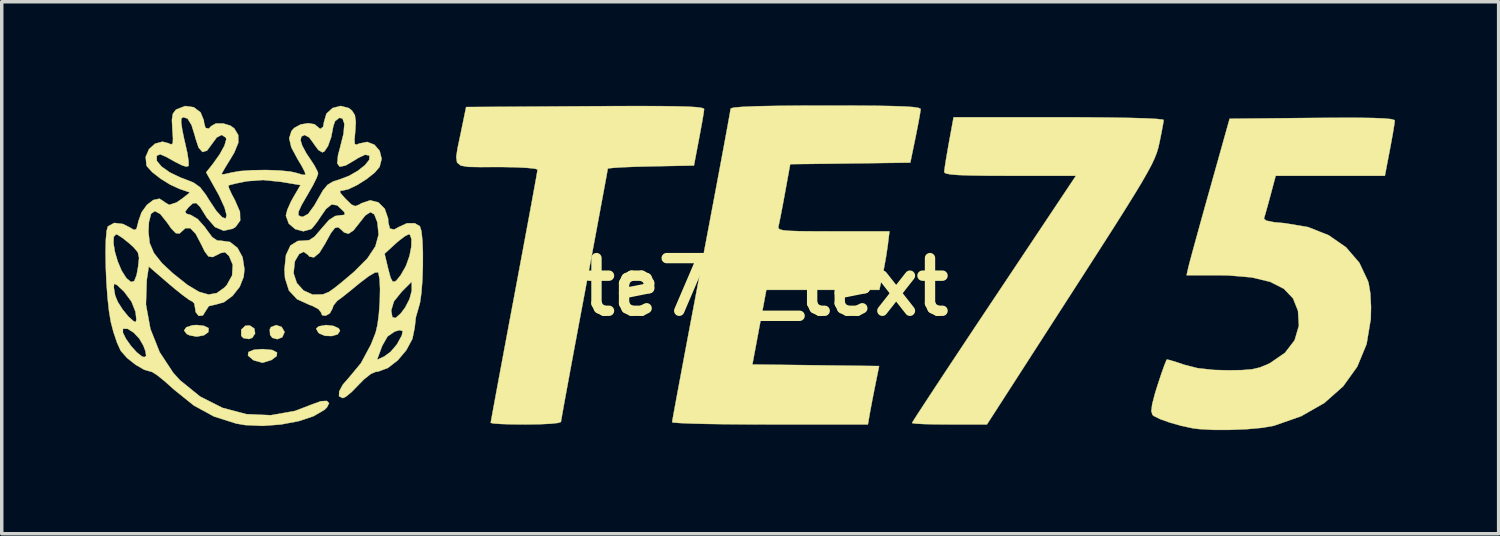
<source format=kicad_pcb>
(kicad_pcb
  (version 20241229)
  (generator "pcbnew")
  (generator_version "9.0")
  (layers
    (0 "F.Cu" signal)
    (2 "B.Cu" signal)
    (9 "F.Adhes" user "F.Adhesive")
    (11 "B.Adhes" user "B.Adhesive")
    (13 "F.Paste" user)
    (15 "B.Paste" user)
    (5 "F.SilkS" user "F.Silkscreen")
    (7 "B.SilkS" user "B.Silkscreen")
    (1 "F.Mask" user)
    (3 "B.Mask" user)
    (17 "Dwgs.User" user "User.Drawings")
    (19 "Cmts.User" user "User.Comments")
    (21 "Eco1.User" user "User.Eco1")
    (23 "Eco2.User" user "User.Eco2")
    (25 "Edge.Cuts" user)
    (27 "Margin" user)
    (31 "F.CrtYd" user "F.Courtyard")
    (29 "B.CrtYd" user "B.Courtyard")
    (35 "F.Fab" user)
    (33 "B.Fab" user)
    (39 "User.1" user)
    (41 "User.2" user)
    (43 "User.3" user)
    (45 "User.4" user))
  (footprint "te75_text"
    (layer "F.Cu")
    (at 19.11 5.254)
    (property "Reference" "te75_text" (at 0 0 0) (layer "F.SilkS") (effects (font (size 1.524 1.524) (thickness 0.3))))
    (attr through_hole)
    (fp_poly (pts (xy -14.801 1.202) (xy -14.777 1.345) (xy -14.858 1.47) (xy -14.954 1.507) (xy -15.116 1.48) (xy -15.179 1.415) (xy -15.179 1.234) (xy -15.059 1.123) (xy -14.934 1.115) (xy -14.801 1.202)) (stroke (width 0.01) (type solid)) (fill yes) (layer "F.SilkS"))
    (fp_poly (pts (xy -14.01 1.157) (xy -13.929 1.294) (xy -13.928 1.313) (xy -13.992 1.456) (xy -14.135 1.512) (xy -14.282 1.471) (xy -14.343 1.387) (xy -14.353 1.226) (xy -14.32 1.163) (xy -14.167 1.104) (xy -14.01 1.157)) (stroke (width 0.01) (type solid)) (fill yes) (layer "F.SilkS"))
    (fp_poly (pts (xy -14.284 1.824) (xy -14.143 1.896) (xy -14.152 1.999) (xy -14.303 2.114) (xy -14.561 2.194) (xy -14.808 2.127) (xy -14.838 2.11) (xy -14.984 1.985) (xy -14.971 1.883) (xy -14.81 1.817) (xy -14.563 1.798) (xy -14.284 1.824)) (stroke (width 0.01) (type solid)) (fill yes) (layer "F.SilkS"))
    (fp_poly (pts (xy -16.257 1.126) (xy -16.128 1.188) (xy -16.123 1.195) (xy -16.13 1.308) (xy -16.26 1.4) (xy -16.468 1.437) (xy -16.67 1.401) (xy -16.754 1.363) (xy -16.833 1.259) (xy -16.769 1.167) (xy -16.59 1.109) (xy -16.468 1.101) (xy -16.257 1.126)) (stroke (width 0.01) (type solid)) (fill yes) (layer "F.SilkS"))
    (fp_poly (pts (xy -12.51 1.128) (xy -12.357 1.199) (xy -12.319 1.27) (xy -12.389 1.372) (xy -12.557 1.421) (xy -12.756 1.414) (xy -12.921 1.346) (xy -12.95 1.318) (xy -13.012 1.205) (xy -12.937 1.141) (xy -12.928 1.138) (xy -12.722 1.102) (xy -12.51 1.128)) (stroke (width 0.01) (type solid)) (fill yes) (layer "F.SilkS"))
    (fp_poly (pts (xy 9.267 -4.909) (xy 9.96 -4.902) (xy 10.542 -4.892) (xy 10.999 -4.879) (xy 11.319 -4.862) (xy 11.489 -4.843) (xy 11.515 -4.832) (xy 11.498 -4.714) (xy 11.455 -4.481) (xy 11.394 -4.18) (xy 11.39 -4.161) (xy 11.358 -4.022) (xy 11.315 -3.881) (xy 11.254 -3.725) (xy 11.167 -3.54) (xy 11.046 -3.314) (xy 10.885 -3.033) (xy 10.674 -2.684) (xy 10.407 -2.254) (xy 10.076 -1.73) (xy 9.672 -1.099) (xy 9.189 -0.347) (xy 8.833 0.205) (xy 6.401 3.979) (xy 5.317 3.979) (xy 4.911 3.976) (xy 4.574 3.968) (xy 4.339 3.955) (xy 4.235 3.939) (xy 4.233 3.936) (xy 4.279 3.859) (xy 4.41 3.655) (xy 4.617 3.338) (xy 4.892 2.919) (xy 5.225 2.414) (xy 5.608 1.836) (xy 6.032 1.197) (xy 6.488 0.513) (xy 6.605 0.338) (xy 8.976 -3.217) (xy 7.07 -3.217) (xy 6.423 -3.219) (xy 5.93 -3.227) (xy 5.573 -3.239) (xy 5.338 -3.259) (xy 5.207 -3.286) (xy 5.165 -3.321) (xy 5.164 -3.323) (xy 5.179 -3.45) (xy 5.218 -3.699) (xy 5.274 -4.024) (xy 5.3 -4.17) (xy 5.436 -4.911) (xy 8.475 -4.911) (xy 9.267 -4.909)) (stroke (width 0.01) (type solid)) (fill yes) (layer "F.SilkS"))
    (fp_poly (pts (xy 2.524 -5.248) (xy 3.158 -5.244) (xy 3.649 -5.235) (xy 4.013 -5.223) (xy 4.264 -5.206) (xy 4.414 -5.184) (xy 4.479 -5.156) (xy 4.483 -5.144) (xy 4.465 -5.016) (xy 4.421 -4.769) (xy 4.358 -4.447) (xy 4.332 -4.318) (xy 4.184 -3.598) (xy 0.708 -3.553) (xy 0.558 -2.729) (xy 0.49 -2.36) (xy 0.429 -2.043) (xy 0.384 -1.823) (xy 0.368 -1.757) (xy 0.365 -1.706) (xy 0.402 -1.668) (xy 0.5 -1.641) (xy 0.681 -1.624) (xy 0.967 -1.614) (xy 1.379 -1.61) (xy 1.938 -1.609) (xy 1.953 -1.609) (xy 3.58 -1.609) (xy 3.531 -1.206) (xy 3.481 -0.87) (xy 3.413 -0.496) (xy 3.385 -0.36) (xy 3.288 0.085) (xy 0.017 0.085) (xy -0.387 2.244) (xy 1.447 2.266) (xy 3.281 2.289) (xy 3.174 2.817) (xy 3.106 3.158) (xy 3.044 3.484) (xy 3.011 3.662) (xy 2.956 3.979) (xy 0.123 3.979) (xy -0.55 3.977) (xy -1.166 3.972) (xy -1.706 3.964) (xy -2.148 3.953) (xy -2.475 3.939) (xy -2.667 3.925) (xy -2.709 3.913) (xy -2.694 3.82) (xy -2.65 3.576) (xy -2.58 3.196) (xy -2.487 2.697) (xy -2.374 2.093) (xy -2.244 1.4) (xy -2.099 0.634) (xy -1.943 -0.189) (xy -1.863 -0.614) (xy -1.702 -1.461) (xy -1.552 -2.259) (xy -1.414 -2.992) (xy -1.292 -3.644) (xy -1.189 -4.2) (xy -1.107 -4.644) (xy -1.05 -4.961) (xy -1.02 -5.134) (xy -1.016 -5.162) (xy -0.931 -5.19) (xy -0.678 -5.212) (xy -0.256 -5.23) (xy 0.333 -5.241) (xy 1.09 -5.248) (xy 1.736 -5.249) (xy 2.524 -5.248)) (stroke (width 0.01) (type solid)) (fill yes) (layer "F.SilkS"))
    (fp_poly (pts (xy -3.021 -5.233) (xy -2.565 -5.227) (xy -2.226 -5.217) (xy -1.993 -5.202) (xy -1.851 -5.182) (xy -1.789 -5.157) (xy -1.783 -5.144) (xy -1.8 -5.018) (xy -1.842 -4.769) (xy -1.902 -4.442) (xy -1.933 -4.276) (xy -2.078 -3.514) (xy -3.325 -3.49) (xy -3.763 -3.479) (xy -4.133 -3.464) (xy -4.407 -3.447) (xy -4.555 -3.43) (xy -4.572 -3.422) (xy -4.587 -3.332) (xy -4.63 -3.093) (xy -4.699 -2.722) (xy -4.789 -2.236) (xy -4.897 -1.652) (xy -5.021 -0.989) (xy -5.158 -0.261) (xy -5.249 0.227) (xy -5.392 0.987) (xy -5.524 1.696) (xy -5.643 2.336) (xy -5.745 2.89) (xy -5.828 3.341) (xy -5.887 3.671) (xy -5.921 3.864) (xy -5.927 3.906) (xy -6.006 3.934) (xy -6.222 3.958) (xy -6.541 3.973) (xy -6.932 3.979) (xy -6.943 3.979) (xy -7.335 3.976) (xy -7.657 3.966) (xy -7.876 3.951) (xy -7.959 3.933) (xy -7.959 3.933) (xy -7.944 3.842) (xy -7.9 3.602) (xy -7.832 3.231) (xy -7.742 2.745) (xy -7.633 2.161) (xy -7.509 1.496) (xy -7.373 0.769) (xy -7.281 0.281) (xy -7.139 -0.479) (xy -7.007 -1.188) (xy -6.888 -1.828) (xy -6.785 -2.382) (xy -6.703 -2.833) (xy -6.643 -3.163) (xy -6.61 -3.356) (xy -6.604 -3.398) (xy -6.684 -3.424) (xy -6.902 -3.446) (xy -7.23 -3.463) (xy -7.635 -3.471) (xy -7.789 -3.471) (xy -8.275 -3.469) (xy -8.613 -3.475) (xy -8.826 -3.512) (xy -8.933 -3.6) (xy -8.957 -3.761) (xy -8.919 -4.014) (xy -8.841 -4.383) (xy -8.819 -4.487) (xy -8.671 -5.207) (xy -5.225 -5.229) (xy -4.338 -5.234) (xy -3.608 -5.235) (xy -3.021 -5.233)) (stroke (width 0.01) (type solid)) (fill yes) (layer "F.SilkS"))
    (fp_poly (pts (xy 17.145 -4.896) (xy 17.589 -4.889) (xy 17.903 -4.876) (xy 18.1 -4.857) (xy 18.192 -4.83) (xy 18.203 -4.813) (xy 18.188 -4.69) (xy 18.148 -4.444) (xy 18.089 -4.12) (xy 18.06 -3.965) (xy 17.917 -3.217) (xy 14.757 -3.217) (xy 14.605 -2.646) (xy 14.523 -2.346) (xy 14.456 -2.107) (xy 14.418 -1.981) (xy 14.418 -1.98) (xy 14.478 -1.921) (xy 14.702 -1.874) (xy 15.021 -1.845) (xy 15.696 -1.732) (xy 16.293 -1.495) (xy 16.793 -1.147) (xy 17.178 -0.7) (xy 17.429 -0.168) (xy 17.447 -0.106) (xy 17.496 0.184) (xy 17.516 0.571) (xy 17.509 0.925) (xy 17.388 1.653) (xy 17.118 2.306) (xy 16.708 2.877) (xy 16.164 3.358) (xy 15.494 3.741) (xy 14.705 4.016) (xy 14.693 4.019) (xy 14.364 4.076) (xy 13.926 4.116) (xy 13.435 4.136) (xy 12.952 4.136) (xy 12.535 4.112) (xy 12.361 4.09) (xy 12.031 4.02) (xy 11.698 3.926) (xy 11.414 3.825) (xy 11.227 3.732) (xy 11.191 3.701) (xy 11.159 3.593) (xy 11.183 3.393) (xy 11.266 3.076) (xy 11.337 2.849) (xy 11.444 2.524) (xy 11.534 2.27) (xy 11.594 2.122) (xy 11.608 2.099) (xy 11.7 2.119) (xy 11.902 2.181) (xy 12.107 2.25) (xy 12.499 2.351) (xy 12.974 2.402) (xy 13.379 2.412) (xy 13.785 2.406) (xy 14.076 2.382) (xy 14.303 2.329) (xy 14.52 2.24) (xy 14.598 2.201) (xy 15.026 1.906) (xy 15.305 1.542) (xy 15.429 1.12) (xy 15.403 0.692) (xy 15.26 0.332) (xy 14.994 0.053) (xy 14.598 -0.148) (xy 14.064 -0.276) (xy 13.385 -0.334) (xy 13.101 -0.339) (xy 12.179 -0.339) (xy 12.231 -0.572) (xy 12.268 -0.716) (xy 12.344 -0.998) (xy 12.452 -1.392) (xy 12.585 -1.874) (xy 12.736 -2.417) (xy 12.854 -2.836) (xy 13.424 -4.868) (xy 15.814 -4.891) (xy 16.558 -4.896) (xy 17.145 -4.896)) (stroke (width 0.01) (type solid)) (fill yes) (layer "F.SilkS"))
    (fp_poly (pts (xy -12.067 -5.177) (xy -11.976 -5.106) (xy -11.891 -4.974) (xy -11.863 -4.778) (xy -11.879 -4.514) (xy -11.901 -4.257) (xy -11.892 -4.136) (xy -11.84 -4.117) (xy -11.768 -4.149) (xy -11.533 -4.197) (xy -11.324 -4.115) (xy -11.173 -3.939) (xy -11.116 -3.707) (xy -11.175 -3.474) (xy -11.316 -3.309) (xy -11.55 -3.123) (xy -11.821 -2.951) (xy -12.073 -2.83) (xy -12.224 -2.794) (xy -12.318 -2.781) (xy -12.311 -2.722) (xy -12.192 -2.585) (xy -12.15 -2.54) (xy -11.989 -2.384) (xy -11.879 -2.338) (xy -11.759 -2.385) (xy -11.703 -2.421) (xy -11.447 -2.507) (xy -11.211 -2.448) (xy -11.028 -2.266) (xy -10.93 -1.985) (xy -10.922 -1.864) (xy -10.877 -1.689) (xy -10.752 -1.662) (xy -10.617 -1.736) (xy -10.386 -1.842) (xy -10.156 -1.843) (xy -10.009 -1.757) (xy -9.965 -1.616) (xy -9.936 -1.348) (xy -9.922 -0.994) (xy -9.923 -0.595) (xy -9.937 -0.194) (xy -9.965 0.169) (xy -10.005 0.452) (xy -10.041 0.582) (xy -10.125 0.874) (xy -10.16 1.18) (xy -10.16 1.183) (xy -10.226 1.503) (xy -10.402 1.83) (xy -10.65 2.124) (xy -10.936 2.345) (xy -11.222 2.451) (xy -11.284 2.455) (xy -11.427 2.516) (xy -11.626 2.673) (xy -11.786 2.836) (xy -11.985 3.04) (xy -12.155 3.179) (xy -12.242 3.217) (xy -12.349 3.163) (xy -12.344 3.022) (xy -12.237 2.824) (xy -12.058 2.62) (xy -11.715 2.206) (xy -11.662 2.108) (xy -11.249 2.108) (xy -11.041 2.013) (xy -10.855 1.876) (xy -10.68 1.67) (xy -10.666 1.648) (xy -10.531 1.402) (xy -10.508 1.273) (xy -10.601 1.25) (xy -10.739 1.291) (xy -10.945 1.433) (xy -11.098 1.701) (xy -11.115 1.745) (xy -11.249 2.108) (xy -11.662 2.108) (xy -11.426 1.668) (xy -11.289 1.321) (xy -11.235 1.09) (xy -11.194 0.77) (xy -11.189 0.693) (xy -10.837 0.693) (xy -10.806 0.874) (xy -10.714 0.899) (xy -10.565 0.769) (xy -10.435 0.595) (xy -10.309 0.351) (xy -10.246 0.114) (xy -10.245 0.081) (xy -10.245 -0.152) (xy -10.541 0.144) (xy -10.761 0.419) (xy -10.837 0.672) (xy -10.837 0.693) (xy -11.189 0.693) (xy -11.169 0.41) (xy -11.162 0.061) (xy -11.175 -0.228) (xy -11.21 -0.407) (xy -11.218 -0.423) (xy -11.307 -0.418) (xy -11.493 -0.309) (xy -11.754 -0.11) (xy -11.782 -0.087) (xy -12.039 0.124) (xy -12.255 0.295) (xy -12.389 0.394) (xy -12.401 0.402) (xy -12.508 0.533) (xy -12.543 0.634) (xy -12.616 0.764) (xy -12.734 0.832) (xy -12.838 0.818) (xy -12.869 0.739) (xy -12.943 0.641) (xy -13.125 0.545) (xy -13.192 0.523) (xy -13.564 0.354) (xy -13.799 0.102) (xy -13.912 -0.255) (xy -13.921 -0.398) (xy -13.665 -0.398) (xy -13.57 -0.113) (xy -13.375 0.103) (xy -13.113 0.221) (xy -12.815 0.215) (xy -12.643 0.145) (xy -12.496 0.043) (xy -12.266 -0.14) (xy -11.995 -0.369) (xy -11.904 -0.448) (xy -11.526 -0.828) (xy -11.438 -0.961) (xy -11.031 -0.961) (xy -10.925 -0.52) (xy -10.858 -0.27) (xy -10.8 -0.158) (xy -10.732 -0.156) (xy -10.688 -0.188) (xy -10.571 -0.331) (xy -10.44 -0.557) (xy -10.402 -0.635) (xy -10.309 -0.901) (xy -10.257 -1.166) (xy -10.252 -1.385) (xy -10.296 -1.511) (xy -10.331 -1.524) (xy -10.439 -1.471) (xy -10.617 -1.336) (xy -10.724 -1.243) (xy -11.031 -0.961) (xy -11.438 -0.961) (xy -11.296 -1.176) (xy -11.204 -1.516) (xy -11.239 -1.871) (xy -11.241 -1.876) (xy -11.328 -2.1) (xy -11.44 -2.165) (xy -11.588 -2.07) (xy -11.744 -1.872) (xy -11.932 -1.634) (xy -12.077 -1.539) (xy -12.205 -1.579) (xy -12.276 -1.65) (xy -12.373 -1.73) (xy -12.469 -1.706) (xy -12.584 -1.559) (xy -12.741 -1.274) (xy -12.745 -1.264) (xy -12.919 -0.984) (xy -13.077 -0.855) (xy -13.21 -0.881) (xy -13.25 -0.931) (xy -13.369 -1.017) (xy -13.501 -0.956) (xy -13.616 -0.764) (xy -13.63 -0.725) (xy -13.665 -0.398) (xy -13.921 -0.398) (xy -13.928 -0.506) (xy -13.884 -0.923) (xy -13.755 -1.199) (xy -13.541 -1.331) (xy -13.37 -1.34) (xy -13.211 -1.354) (xy -13.059 -1.454) (xy -12.872 -1.67) (xy -12.852 -1.695) (xy -12.639 -1.937) (xy -12.461 -2.052) (xy -12.339 -2.071) (xy -12.191 -2.086) (xy -12.186 -2.148) (xy -12.211 -2.182) (xy -12.4 -2.362) (xy -12.563 -2.388) (xy -12.726 -2.257) (xy -12.837 -2.097) (xy -12.987 -1.875) (xy -13.113 -1.715) (xy -13.157 -1.673) (xy -13.383 -1.611) (xy -13.617 -1.674) (xy -13.803 -1.833) (xy -13.885 -2.057) (xy -13.885 -2.074) (xy -13.885 -2.076) (xy -13.526 -2.076) (xy -13.453 -2.036) (xy -13.389 -2.032) (xy -13.243 -2.113) (xy -13.063 -2.359) (xy -12.971 -2.521) (xy -12.814 -2.795) (xy -12.679 -2.957) (xy -12.518 -3.052) (xy -12.327 -3.113) (xy -12.057 -3.216) (xy -11.802 -3.363) (xy -11.596 -3.527) (xy -11.474 -3.681) (xy -11.469 -3.796) (xy -11.475 -3.803) (xy -11.593 -3.827) (xy -11.798 -3.731) (xy -11.873 -3.682) (xy -12.154 -3.516) (xy -12.327 -3.479) (xy -12.4 -3.575) (xy -12.378 -3.811) (xy -12.319 -4.033) (xy -12.218 -4.438) (xy -12.194 -4.722) (xy -12.248 -4.874) (xy -12.34 -4.895) (xy -12.465 -4.796) (xy -12.514 -4.656) (xy -12.576 -4.336) (xy -12.668 -4.078) (xy -12.772 -3.922) (xy -12.831 -3.895) (xy -12.947 -3.963) (xy -13.071 -4.13) (xy -13.081 -4.149) (xy -13.213 -4.327) (xy -13.345 -4.398) (xy -13.439 -4.352) (xy -13.462 -4.246) (xy -13.414 -4.089) (xy -13.293 -3.865) (xy -13.208 -3.739) (xy -13.062 -3.517) (xy -12.97 -3.34) (xy -12.954 -3.282) (xy -12.996 -3.159) (xy -13.104 -2.941) (xy -13.251 -2.684) (xy -13.43 -2.375) (xy -13.52 -2.18) (xy -13.526 -2.076) (xy -13.885 -2.076) (xy -13.844 -2.236) (xy -13.74 -2.47) (xy -13.674 -2.589) (xy -13.464 -2.948) (xy -14.034 -3.043) (xy -14.551 -3.095) (xy -15.011 -3.06) (xy -15.064 -3.05) (xy -15.322 -2.997) (xy -15.501 -2.953) (xy -15.552 -2.933) (xy -15.531 -2.85) (xy -15.445 -2.667) (xy -15.362 -2.512) (xy -15.216 -2.175) (xy -15.209 -1.921) (xy -15.342 -1.737) (xy -15.423 -1.686) (xy -15.687 -1.627) (xy -15.94 -1.735) (xy -16.178 -2.008) (xy -16.219 -2.075) (xy -16.372 -2.32) (xy -16.481 -2.429) (xy -16.582 -2.418) (xy -16.707 -2.303) (xy -16.712 -2.296) (xy -16.803 -2.177) (xy -16.761 -2.118) (xy -16.637 -2.082) (xy -16.443 -1.968) (xy -16.239 -1.742) (xy -16.189 -1.67) (xy -16.018 -1.441) (xy -15.873 -1.344) (xy -15.774 -1.339) (xy -15.505 -1.302) (xy -15.287 -1.131) (xy -15.14 -0.859) (xy -15.087 -0.518) (xy -15.108 -0.294) (xy -15.223 -0.005) (xy -15.428 0.256) (xy -15.679 0.442) (xy -15.914 0.508) (xy -16.117 0.555) (xy -16.196 0.677) (xy -16.288 0.824) (xy -16.41 0.838) (xy -16.498 0.726) (xy -16.51 0.635) (xy -16.538 0.476) (xy -16.592 0.423) (xy -16.689 0.371) (xy -16.879 0.232) (xy -17.13 0.03) (xy -17.265 -0.084) (xy -17.854 -0.592) (xy -17.913 -0.202) (xy -17.937 0.505) (xy -17.808 1.214) (xy -17.54 1.887) (xy -17.146 2.486) (xy -16.95 2.701) (xy -16.369 3.171) (xy -15.721 3.499) (xy -15.031 3.681) (xy -14.322 3.712) (xy -13.619 3.587) (xy -13.122 3.396) (xy -12.873 3.306) (xy -12.703 3.298) (xy -12.637 3.362) (xy -12.698 3.486) (xy -12.772 3.557) (xy -13.088 3.741) (xy -13.523 3.885) (xy -14.029 3.98) (xy -14.559 4.02) (xy -15.065 3.997) (xy -15.325 3.953) (xy -15.967 3.749) (xy -16.549 3.432) (xy -17.117 2.976) (xy -17.145 2.951) (xy -17.398 2.725) (xy -17.612 2.553) (xy -17.753 2.463) (xy -17.779 2.455) (xy -17.983 2.397) (xy -18.236 2.251) (xy -18.482 2.056) (xy -18.66 1.855) (xy -18.673 1.834) (xy -18.775 1.607) (xy -18.87 1.324) (xy -18.603 1.324) (xy -18.514 1.502) (xy -18.37 1.706) (xy -18.205 1.89) (xy -18.053 2.01) (xy -17.984 2.032) (xy -17.93 1.992) (xy -17.953 1.853) (xy -18.008 1.703) (xy -18.128 1.496) (xy -18.293 1.321) (xy -18.461 1.213) (xy -18.589 1.207) (xy -18.602 1.217) (xy -18.603 1.324) (xy -18.87 1.324) (xy -18.881 1.29) (xy -18.952 1.016) (xy -19.005 0.702) (xy -19.048 0.307) (xy -19.069 0.014) (xy -18.868 0.014) (xy -18.827 0.249) (xy -18.751 0.433) (xy -18.612 0.651) (xy -18.448 0.853) (xy -18.299 0.988) (xy -18.23 1.016) (xy -18.214 0.943) (xy -18.233 0.762) (xy -18.242 0.711) (xy -18.355 0.425) (xy -18.566 0.14) (xy -18.59 0.116) (xy -18.771 -0.055) (xy -18.857 -0.093) (xy -18.868 0.014) (xy -19.069 0.014) (xy -19.08 -0.133) (xy -19.099 -0.583) (xy -19.105 -1.006) (xy -19.099 -1.272) (xy -18.877 -1.272) (xy -18.836 -1.02) (xy -18.754 -0.741) (xy -18.642 -0.475) (xy -18.51 -0.266) (xy -18.493 -0.246) (xy -18.366 -0.143) (xy -18.275 -0.171) (xy -18.207 -0.343) (xy -18.161 -0.599) (xy -18.136 -0.842) (xy -18.17 -1) (xy -18.292 -1.148) (xy -18.411 -1.255) (xy -18.607 -1.413) (xy -18.757 -1.51) (xy -18.799 -1.524) (xy -18.868 -1.454) (xy -18.877 -1.272) (xy -19.099 -1.272) (xy -19.097 -1.366) (xy -19.076 -1.598) (xy -17.865 -1.598) (xy -17.829 -1.273) (xy -17.706 -0.983) (xy -17.475 -0.691) (xy -17.155 -0.393) (xy -16.737 -0.061) (xy -16.401 0.141) (xy -16.125 0.22) (xy -15.888 0.178) (xy -15.668 0.021) (xy -15.6 -0.05) (xy -15.443 -0.333) (xy -15.424 -0.64) (xy -15.531 -0.894) (xy -15.648 -1.005) (xy -15.779 -0.98) (xy -15.826 -0.953) (xy -16.005 -0.865) (xy -16.13 -0.885) (xy -16.24 -1.033) (xy -16.323 -1.206) (xy -16.497 -1.538) (xy -16.653 -1.702) (xy -16.793 -1.702) (xy -16.848 -1.652) (xy -16.964 -1.547) (xy -17.072 -1.556) (xy -17.205 -1.692) (xy -17.324 -1.863) (xy -17.522 -2.111) (xy -17.678 -2.195) (xy -17.788 -2.118) (xy -17.85 -1.879) (xy -17.865 -1.598) (xy -19.076 -1.598) (xy -19.073 -1.628) (xy -19.036 -1.753) (xy -18.852 -1.853) (xy -18.602 -1.822) (xy -18.417 -1.729) (xy -18.28 -1.65) (xy -18.212 -1.677) (xy -18.168 -1.837) (xy -18.158 -1.891) (xy -18.063 -2.16) (xy -17.907 -2.376) (xy -17.723 -2.516) (xy -17.545 -2.554) (xy -17.406 -2.466) (xy -17.399 -2.455) (xy -17.264 -2.375) (xy -17.052 -2.444) (xy -16.894 -2.552) (xy -16.663 -2.734) (xy -16.968 -2.839) (xy -17.233 -2.96) (xy -17.511 -3.132) (xy -17.752 -3.32) (xy -17.903 -3.485) (xy -17.922 -3.523) (xy -17.944 -3.766) (xy -17.935 -3.785) (xy -17.627 -3.785) (xy -17.622 -3.649) (xy -17.486 -3.484) (xy -17.247 -3.315) (xy -16.937 -3.166) (xy -16.837 -3.13) (xy -16.557 -3.019) (xy -16.368 -2.883) (xy -16.203 -2.669) (xy -16.125 -2.541) (xy -15.901 -2.203) (xy -15.732 -2.018) (xy -15.629 -1.979) (xy -15.602 -2.075) (xy -15.661 -2.298) (xy -15.817 -2.639) (xy -15.881 -2.756) (xy -16.194 -3.316) (xy -16.014 -3.542) (xy -15.804 -3.835) (xy -15.664 -4.09) (xy -15.612 -4.271) (xy -15.623 -4.32) (xy -15.742 -4.4) (xy -15.888 -4.326) (xy -16.019 -4.148) (xy -16.17 -3.944) (xy -16.301 -3.905) (xy -16.413 -4.032) (xy -16.51 -4.327) (xy -16.519 -4.369) (xy -16.617 -4.686) (xy -16.732 -4.872) (xy -16.854 -4.913) (xy -16.911 -4.877) (xy -16.918 -4.774) (xy -16.887 -4.552) (xy -16.825 -4.254) (xy -16.809 -4.189) (xy -16.74 -3.881) (xy -16.703 -3.64) (xy -16.702 -3.509) (xy -16.707 -3.5) (xy -16.767 -3.481) (xy -16.884 -3.516) (xy -17.088 -3.618) (xy -17.354 -3.767) (xy -17.524 -3.839) (xy -17.617 -3.8) (xy -17.627 -3.785) (xy -17.935 -3.785) (xy -17.848 -3.987) (xy -17.673 -4.146) (xy -17.457 -4.204) (xy -17.297 -4.162) (xy -17.205 -4.124) (xy -17.16 -4.159) (xy -17.154 -4.299) (xy -17.171 -4.548) (xy -17.185 -4.838) (xy -17.158 -5.011) (xy -17.08 -5.117) (xy -17.056 -5.136) (xy -16.802 -5.236) (xy -16.553 -5.201) (xy -16.356 -5.053) (xy -16.259 -4.814) (xy -16.256 -4.756) (xy -16.214 -4.603) (xy -16.119 -4.582) (xy -16.044 -4.657) (xy -15.912 -4.731) (xy -15.704 -4.732) (xy -15.492 -4.668) (xy -15.38 -4.587) (xy -15.265 -4.395) (xy -15.263 -4.175) (xy -15.379 -3.891) (xy -15.494 -3.697) (xy -15.633 -3.472) (xy -15.725 -3.313) (xy -15.748 -3.263) (xy -15.677 -3.261) (xy -15.503 -3.3) (xy -15.473 -3.308) (xy -15.216 -3.353) (xy -14.86 -3.378) (xy -14.461 -3.384) (xy -14.075 -3.371) (xy -13.756 -3.339) (xy -13.583 -3.3) (xy -13.408 -3.248) (xy -13.319 -3.248) (xy -13.341 -3.332) (xy -13.435 -3.513) (xy -13.542 -3.69) (xy -13.73 -4.039) (xy -13.791 -4.304) (xy -13.726 -4.511) (xy -13.646 -4.601) (xy -13.46 -4.702) (xy -13.239 -4.739) (xy -13.055 -4.707) (xy -12.996 -4.657) (xy -12.892 -4.572) (xy -12.809 -4.635) (xy -12.785 -4.771) (xy -12.714 -5.014) (xy -12.536 -5.177) (xy -12.303 -5.238) (xy -12.067 -5.177)) (stroke (width 0.01) (type solid)) (fill yes) (layer "F.SilkS")))
  (gr_rect
    (start -3 -3)
    (end 40.319 12.396)
    (stroke (width 0.1) (type default))
    (fill no)
    (layer "Edge.Cuts")))
</source>
